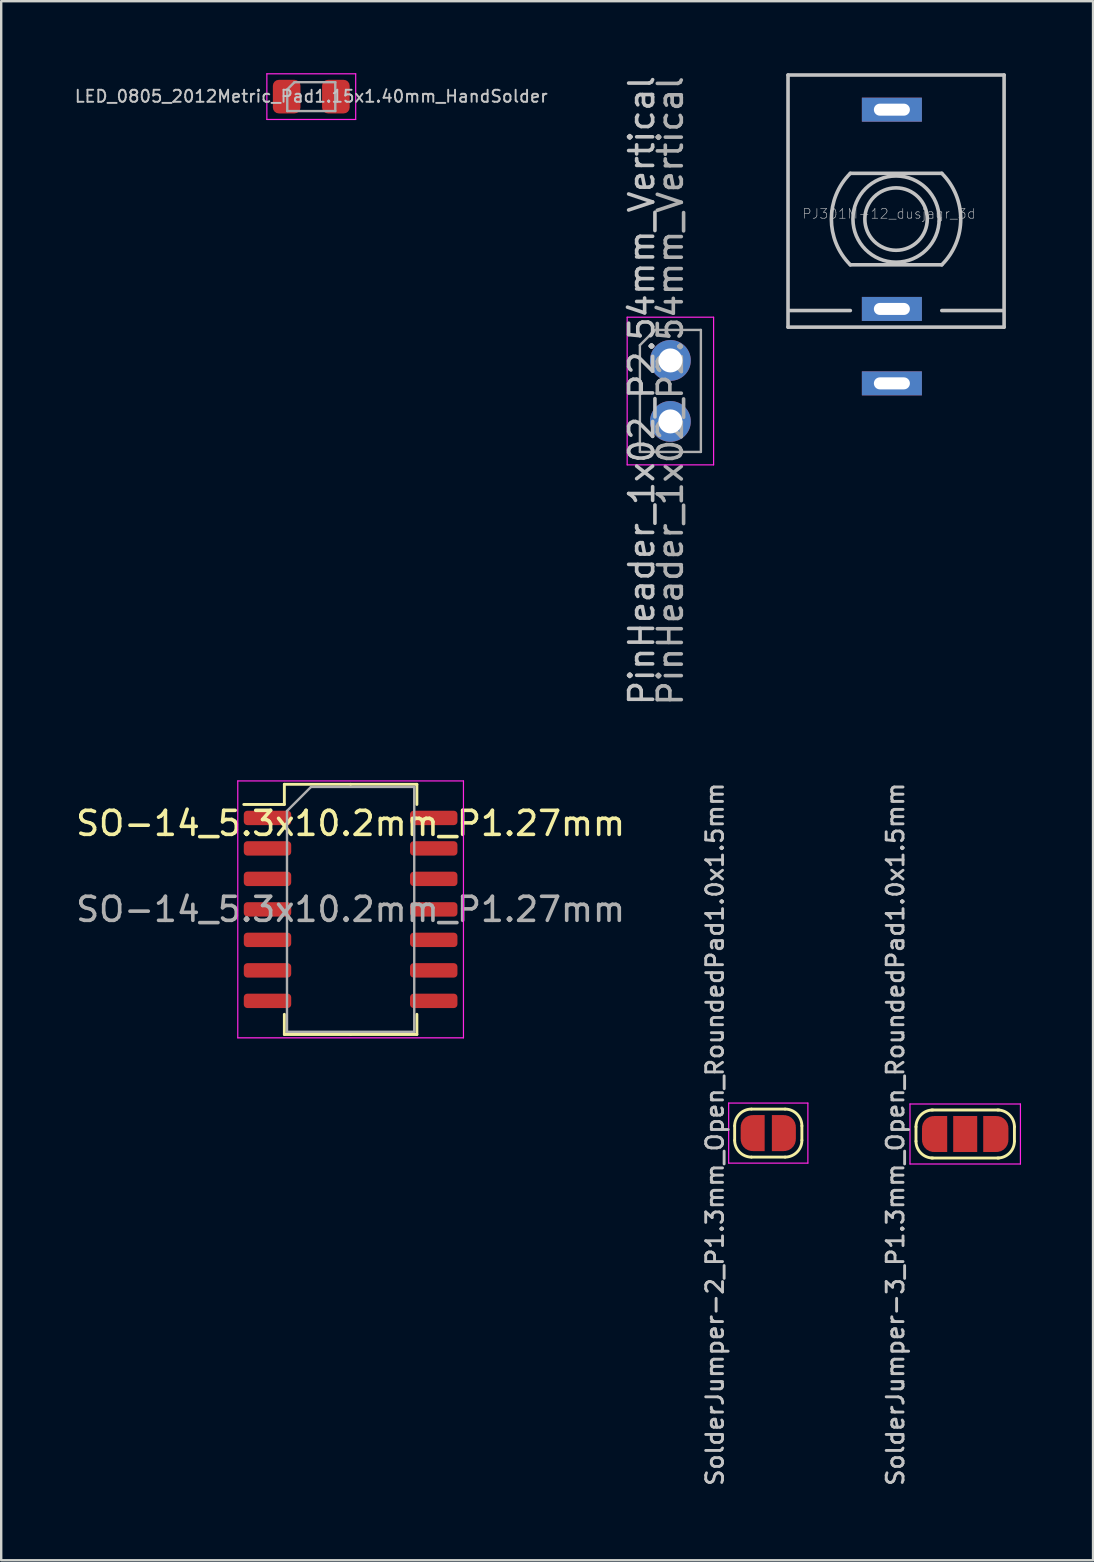
<source format=kicad_pcb>
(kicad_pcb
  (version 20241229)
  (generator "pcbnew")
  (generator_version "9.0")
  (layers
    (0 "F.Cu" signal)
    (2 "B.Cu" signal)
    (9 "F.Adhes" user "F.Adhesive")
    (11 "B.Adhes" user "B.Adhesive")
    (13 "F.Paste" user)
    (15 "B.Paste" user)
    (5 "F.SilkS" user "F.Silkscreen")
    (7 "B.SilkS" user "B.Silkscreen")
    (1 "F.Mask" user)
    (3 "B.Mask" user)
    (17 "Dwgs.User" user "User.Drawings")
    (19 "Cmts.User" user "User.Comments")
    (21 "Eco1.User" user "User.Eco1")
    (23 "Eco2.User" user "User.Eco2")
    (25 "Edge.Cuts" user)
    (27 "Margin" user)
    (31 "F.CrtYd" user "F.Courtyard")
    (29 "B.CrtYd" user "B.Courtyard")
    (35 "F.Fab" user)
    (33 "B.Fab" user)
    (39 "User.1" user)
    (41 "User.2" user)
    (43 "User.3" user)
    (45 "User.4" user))
  (footprint "SolderJumper-3_P1.3mm_Open_RoundedPad1.0x1.5mm"
    (layer "F.Cu")
    (at 37.153 44.184)
    (property "Reference" "SolderJumper-3_P1.3mm_Open_RoundedPad1.0x1.5mm" (at -2.908 0.013 90) (layer "Dwgs.User") (effects (font (size 0.7 0.7) (thickness 0.12))))
    (attr exclude_from_pos_files exclude_from_bom)
    (fp_line (start -2.05 0.3) (end -2.05 -0.3) (stroke (width 0.12) (type solid)) (layer "F.SilkS"))
    (fp_line (start -1.4 -1) (end 1.4 -1) (stroke (width 0.12) (type solid)) (layer "F.SilkS"))
    (fp_line (start 1.4 1) (end -1.4 1) (stroke (width 0.12) (type solid)) (layer "F.SilkS"))
    (fp_line (start 2.05 -0.3) (end 2.05 0.3) (stroke (width 0.12) (type solid)) (layer "F.SilkS"))
    (fp_arc (start -2.05 -0.3) (mid -1.844975 -0.794975) (end -1.35 -1) (stroke (width 0.12) (type solid)) (layer "F.SilkS"))
    (fp_arc (start -1.35 1) (mid -1.844975 0.794975) (end -2.05 0.3) (stroke (width 0.12) (type solid)) (layer "F.SilkS"))
    (fp_arc (start 1.35 -1) (mid 1.844975 -0.794975) (end 2.05 -0.3) (stroke (width 0.12) (type solid)) (layer "F.SilkS"))
    (fp_arc (start 2.05 0.3) (mid 1.844975 0.794975) (end 1.35 1) (stroke (width 0.12) (type solid)) (layer "F.SilkS"))
    (fp_line (start -2.3 -1.25) (end -2.3 1.25) (stroke (width 0.05) (type solid)) (layer "F.CrtYd"))
    (fp_line (start -2.3 -1.25) (end 2.3 -1.25) (stroke (width 0.05) (type solid)) (layer "F.CrtYd"))
    (fp_line (start 2.3 1.25) (end -2.3 1.25) (stroke (width 0.05) (type solid)) (layer "F.CrtYd"))
    (fp_line (start 2.3 1.25) (end 2.3 -1.25) (stroke (width 0.05) (type solid)) (layer "F.CrtYd"))
    (pad "1" smd custom (at -1.3 0) (size 1 0.5) (layers "F.Cu" "F.Mask") (options (anchor rect)) (primitives (gr_circle (center 0 0.25) (end 0.5 0.25) (width 0) (fill yes)) (gr_circle (center 0 -0.25) (end 0.5 -0.25) (width 0) (fill yes)) (gr_poly (pts (xy 0.55 -0.75) (xy 0 -0.75) (xy 0 0.75) (xy 0.55 0.75)) (width 0) (fill yes))))
    (pad "2" smd rect (at 0 0) (size 1 1.5) (layers "F.Cu" "F.Mask"))
    (pad "3" smd custom (at 1.3 0) (size 1 0.5) (layers "F.Cu" "F.Mask") (options (anchor rect)) (primitives (gr_circle (center 0 0.25) (end 0.5 0.25) (width 0) (fill yes)) (gr_circle (center 0 -0.25) (end 0.5 -0.25) (width 0) (fill yes)) (gr_poly (pts (xy -0.55 -0.75) (xy 0 -0.75) (xy 0 0.75) (xy -0.55 0.75)) (width 0) (fill yes)))))
  (footprint "SO-14_5.3x10.2mm_P1.27mm"
    (layer "F.Cu")
    (at 11.554 34.828)
    (property "Reference" "SO-14_5.3x10.2mm_P1.27mm" (at 0 -3.581 0) (layer "F.SilkS") (effects (font (size 1 1) (thickness 0.15))))
    (attr smd)
    (fp_line (start -2.76 -5.21) (end -2.76 -4.37) (stroke (width 0.12) (type solid)) (layer "F.SilkS"))
    (fp_line (start -2.76 -4.37) (end -4.45 -4.37) (stroke (width 0.12) (type solid)) (layer "F.SilkS"))
    (fp_line (start -2.76 5.21) (end -2.76 4.37) (stroke (width 0.12) (type solid)) (layer "F.SilkS"))
    (fp_line (start 0 -5.21) (end -2.76 -5.21) (stroke (width 0.12) (type solid)) (layer "F.SilkS"))
    (fp_line (start 0 -5.21) (end 2.76 -5.21) (stroke (width 0.12) (type solid)) (layer "F.SilkS"))
    (fp_line (start 0 5.21) (end -2.76 5.21) (stroke (width 0.12) (type solid)) (layer "F.SilkS"))
    (fp_line (start 0 5.21) (end 2.76 5.21) (stroke (width 0.12) (type solid)) (layer "F.SilkS"))
    (fp_line (start 2.76 -5.21) (end 2.76 -4.37) (stroke (width 0.12) (type solid)) (layer "F.SilkS"))
    (fp_line (start 2.76 5.21) (end 2.76 4.37) (stroke (width 0.12) (type solid)) (layer "F.SilkS"))
    (fp_line (start -4.7 -5.35) (end -4.7 5.35) (stroke (width 0.05) (type solid)) (layer "F.CrtYd"))
    (fp_line (start -4.7 5.35) (end 4.7 5.35) (stroke (width 0.05) (type solid)) (layer "F.CrtYd"))
    (fp_line (start 4.7 -5.35) (end -4.7 -5.35) (stroke (width 0.05) (type solid)) (layer "F.CrtYd"))
    (fp_line (start 4.7 5.35) (end 4.7 -5.35) (stroke (width 0.05) (type solid)) (layer "F.CrtYd"))
    (fp_line (start -2.65 -4.1) (end -1.65 -5.1) (stroke (width 0.1) (type solid)) (layer "F.Fab"))
    (fp_line (start -2.65 5.1) (end -2.65 -4.1) (stroke (width 0.1) (type solid)) (layer "F.Fab"))
    (fp_line (start -1.65 -5.1) (end 2.65 -5.1) (stroke (width 0.1) (type solid)) (layer "F.Fab"))
    (fp_line (start 2.65 -5.1) (end 2.65 5.1) (stroke (width 0.1) (type solid)) (layer "F.Fab"))
    (fp_line (start 2.65 5.1) (end -2.65 5.1) (stroke (width 0.1) (type solid)) (layer "F.Fab"))
    (fp_text user "${REFERENCE}" (at 0 0 0) (layer "F.Fab") (effects (font (size 1 1) (thickness 0.15))))
    (pad "1" smd roundrect (at -3.462 -3.81) (size 1.975 0.6) (layers "F.Cu" "F.Mask" "F.Paste") (roundrect_rratio 0.25))
    (pad "2" smd roundrect (at -3.462 -2.54) (size 1.975 0.6) (layers "F.Cu" "F.Mask" "F.Paste") (roundrect_rratio 0.25))
    (pad "3" smd roundrect (at -3.462 -1.27) (size 1.975 0.6) (layers "F.Cu" "F.Mask" "F.Paste") (roundrect_rratio 0.25))
    (pad "4" smd roundrect (at -3.462 0) (size 1.975 0.6) (layers "F.Cu" "F.Mask" "F.Paste") (roundrect_rratio 0.25))
    (pad "5" smd roundrect (at -3.462 1.27) (size 1.975 0.6) (layers "F.Cu" "F.Mask" "F.Paste") (roundrect_rratio 0.25))
    (pad "6" smd roundrect (at -3.462 2.54) (size 1.975 0.6) (layers "F.Cu" "F.Mask" "F.Paste") (roundrect_rratio 0.25))
    (pad "7" smd roundrect (at -3.462 3.81) (size 1.975 0.6) (layers "F.Cu" "F.Mask" "F.Paste") (roundrect_rratio 0.25))
    (pad "8" smd roundrect (at 3.462 3.81) (size 1.975 0.6) (layers "F.Cu" "F.Mask" "F.Paste") (roundrect_rratio 0.25))
    (pad "9" smd roundrect (at 3.462 2.54) (size 1.975 0.6) (layers "F.Cu" "F.Mask" "F.Paste") (roundrect_rratio 0.25))
    (pad "10" smd roundrect (at 3.462 1.27) (size 1.975 0.6) (layers "F.Cu" "F.Mask" "F.Paste") (roundrect_rratio 0.25))
    (pad "11" smd roundrect (at 3.462 0) (size 1.975 0.6) (layers "F.Cu" "F.Mask" "F.Paste") (roundrect_rratio 0.25))
    (pad "12" smd roundrect (at 3.462 -1.27) (size 1.975 0.6) (layers "F.Cu" "F.Mask" "F.Paste") (roundrect_rratio 0.25))
    (pad "13" smd roundrect (at 3.462 -2.54) (size 1.975 0.6) (layers "F.Cu" "F.Mask" "F.Paste") (roundrect_rratio 0.25))
    (pad "14" smd roundrect (at 3.462 -3.81) (size 1.975 0.6) (layers "F.Cu" "F.Mask" "F.Paste") (roundrect_rratio 0.25)))
  (footprint "PinHeader_1x02_P2.54mm_Vertical"
    (layer "F.Cu")
    (at 24.873 11.963)
    (property "Reference" "PinHeader_1x02_P2.54mm_Vertical" (at -1.194 1.257 270) (layer "Dwgs.User") (effects (font (size 1 1) (thickness 0.15))))
    (attr through_hole)
    (fp_line (start -1.8 -1.8) (end -1.8 4.35) (stroke (width 0.05) (type solid)) (layer "F.CrtYd"))
    (fp_line (start -1.8 4.35) (end 1.8 4.35) (stroke (width 0.05) (type solid)) (layer "F.CrtYd"))
    (fp_line (start 1.8 -1.8) (end -1.8 -1.8) (stroke (width 0.05) (type solid)) (layer "F.CrtYd"))
    (fp_line (start 1.8 4.35) (end 1.8 -1.8) (stroke (width 0.05) (type solid)) (layer "F.CrtYd"))
    (fp_line (start -1.27 -0.635) (end -0.635 -1.27) (stroke (width 0.1) (type solid)) (layer "F.Fab"))
    (fp_line (start -1.27 3.81) (end -1.27 -0.635) (stroke (width 0.1) (type solid)) (layer "F.Fab"))
    (fp_line (start -0.635 -1.27) (end 1.27 -1.27) (stroke (width 0.1) (type solid)) (layer "F.Fab"))
    (fp_line (start 1.27 -1.27) (end 1.27 3.81) (stroke (width 0.1) (type solid)) (layer "F.Fab"))
    (fp_line (start 1.27 3.81) (end -1.27 3.81) (stroke (width 0.1) (type solid)) (layer "F.Fab"))
    (fp_text user "${REFERENCE}" (at 0 1.27 90) (layer "F.Fab") (effects (font (size 1 1) (thickness 0.15))))
    (pad "1" thru_hole oval (at 0 0) (size 1.7 1.7) (drill 1) (layers "*.Cu" "*.Mask"))
    (pad "2" thru_hole oval (at 0 2.54) (size 1.7 1.7) (drill 1) (layers "*.Cu" "*.Mask")))
  (footprint "LED_0805_2012Metric_Pad1.15x1.40mm_HandSolder"
    (layer "F.Cu")
    (at 9.915 0.975)
    (property "Reference" "LED_0805_2012Metric_Pad1.15x1.40mm_HandSolder" (at 0 -0.013 180) (layer "Dwgs.User") (effects (font (size 0.5 0.5) (thickness 0.08))))
    (attr smd)
    (fp_line (start -1.85 -0.95) (end 1.85 -0.95) (stroke (width 0.05) (type solid)) (layer "F.CrtYd"))
    (fp_line (start -1.85 0.95) (end -1.85 -0.95) (stroke (width 0.05) (type solid)) (layer "F.CrtYd"))
    (fp_line (start 1.85 -0.95) (end 1.85 0.95) (stroke (width 0.05) (type solid)) (layer "F.CrtYd"))
    (fp_line (start 1.85 0.95) (end -1.85 0.95) (stroke (width 0.05) (type solid)) (layer "F.CrtYd"))
    (fp_line (start -1 -0.3) (end -1 0.6) (stroke (width 0.1) (type solid)) (layer "F.Fab"))
    (fp_line (start -1 0.6) (end 1 0.6) (stroke (width 0.1) (type solid)) (layer "F.Fab"))
    (fp_line (start -0.7 -0.6) (end -1 -0.3) (stroke (width 0.1) (type solid)) (layer "F.Fab"))
    (fp_line (start 1 -0.6) (end -0.7 -0.6) (stroke (width 0.1) (type solid)) (layer "F.Fab"))
    (fp_line (start 1 0.6) (end 1 -0.6) (stroke (width 0.1) (type solid)) (layer "F.Fab"))
    (pad "1" smd roundrect (at -1.025 0) (size 1.15 1.4) (layers "F.Cu" "F.Mask" "F.Paste") (roundrect_rratio 0.217))
    (pad "2" smd roundrect (at 1.025 0) (size 1.15 1.4) (layers "F.Cu" "F.Mask" "F.Paste") (roundrect_rratio 0.217)))
  (footprint "SolderJumper-2_P1.3mm_Open_RoundedPad1.0x1.5mm"
    (layer "F.Cu")
    (at 28.95 44.146)
    (property "Reference" "SolderJumper-2_P1.3mm_Open_RoundedPad1.0x1.5mm" (at -2.223 0.051 90) (layer "Dwgs.User") (effects (font (size 0.7 0.7) (thickness 0.12))))
    (attr exclude_from_pos_files exclude_from_bom)
    (fp_line (start -1.4 0.3) (end -1.4 -0.3) (stroke (width 0.12) (type solid)) (layer "F.SilkS"))
    (fp_line (start -0.7 -1) (end 0.7 -1) (stroke (width 0.12) (type solid)) (layer "F.SilkS"))
    (fp_line (start 0.7 1) (end -0.7 1) (stroke (width 0.12) (type solid)) (layer "F.SilkS"))
    (fp_line (start 1.4 -0.3) (end 1.4 0.3) (stroke (width 0.12) (type solid)) (layer "F.SilkS"))
    (fp_arc (start -1.4 -0.3) (mid -1.194975 -0.794975) (end -0.7 -1) (stroke (width 0.12) (type solid)) (layer "F.SilkS"))
    (fp_arc (start -0.7 1) (mid -1.194975 0.794975) (end -1.4 0.3) (stroke (width 0.12) (type solid)) (layer "F.SilkS"))
    (fp_arc (start 0.7 -1) (mid 1.194975 -0.794975) (end 1.4 -0.3) (stroke (width 0.12) (type solid)) (layer "F.SilkS"))
    (fp_arc (start 1.4 0.3) (mid 1.194975 0.794975) (end 0.7 1) (stroke (width 0.12) (type solid)) (layer "F.SilkS"))
    (fp_line (start -1.65 -1.25) (end -1.65 1.25) (stroke (width 0.05) (type solid)) (layer "F.CrtYd"))
    (fp_line (start -1.65 -1.25) (end 1.65 -1.25) (stroke (width 0.05) (type solid)) (layer "F.CrtYd"))
    (fp_line (start 1.65 1.25) (end -1.65 1.25) (stroke (width 0.05) (type solid)) (layer "F.CrtYd"))
    (fp_line (start 1.65 1.25) (end 1.65 -1.25) (stroke (width 0.05) (type solid)) (layer "F.CrtYd"))
    (pad "1" smd custom (at -0.65 0) (size 1 0.5) (layers "F.Cu" "F.Mask") (options (anchor rect)) (primitives (gr_circle (center 0 0.25) (end 0.5 0.25) (width 0) (fill yes)) (gr_circle (center 0 -0.25) (end 0.5 -0.25) (width 0) (fill yes)) (gr_poly (pts (xy 0 -0.75) (xy 0.5 -0.75) (xy 0.5 0.75) (xy 0 0.75)) (width 0) (fill yes))))
    (pad "2" smd custom (at 0.65 0) (size 1 0.5) (layers "F.Cu" "F.Mask") (options (anchor rect)) (primitives (gr_circle (center 0 0.25) (end 0.5 0.25) (width 0) (fill yes)) (gr_circle (center 0 -0.25) (end 0.5 -0.25) (width 0) (fill yes)) (gr_poly (pts (xy 0 -0.75) (xy -0.5 -0.75) (xy -0.5 0.75) (xy 0 0.75)) (width 0) (fill yes)))))
  (footprint "PJ301M-12_dusjagr_3d"
    (layer "F.Cu")
    (at 34.099 6.438)
    (property "Reference" "PJ301M-12_dusjagr_3d" (at -0.127 -0.584 0) (layer "Dwgs.User") (effects (font (size 0.406 0.406) (thickness 0.025))))
    (attr through_hole)
    (fp_line (start -4.326 -6.363) (end -4.326 4.137) (stroke (width 0.15) (type solid)) (layer "Dwgs.User"))
    (fp_line (start -4.326 -6.363) (end 4.674 -6.363) (stroke (width 0.15) (type solid)) (layer "Dwgs.User"))
    (fp_line (start -4.326 4.137) (end 4.674 4.137) (stroke (width 0.15) (type solid)) (layer "Dwgs.User"))
    (fp_line (start -4.271 3.447) (end -1.731 3.447) (stroke (width 0.15) (type solid)) (layer "Dwgs.User"))
    (fp_line (start -1.731 -2.268) (end 2.079 -2.268) (stroke (width 0.15) (type solid)) (layer "Dwgs.User"))
    (fp_line (start 2.079 1.542) (end -1.731 1.542) (stroke (width 0.15) (type solid)) (layer "Dwgs.User"))
    (fp_line (start 2.079 3.447) (end 4.619 3.447) (stroke (width 0.15) (type solid)) (layer "Dwgs.User"))
    (fp_line (start 4.674 -6.363) (end 4.674 4.137) (stroke (width 0.15) (type solid)) (layer "Dwgs.User"))
    (fp_arc (start -1.7314 1.5423) (mid -2.520477 -0.3627) (end -1.7314 -2.2677) (stroke (width 0.15) (type solid)) (layer "Dwgs.User"))
    (fp_arc (start 2.0786 -2.2677) (mid 2.867677 -0.3627) (end 2.0786 1.5423) (stroke (width 0.15) (type solid)) (layer "Dwgs.User"))
    (fp_circle (center 0.174 -0.363) (end 1.474 -0.363) (stroke (width 0.15) (type solid)) (fill no) (layer "Dwgs.User"))
    (fp_circle (center 0.174 -0.363) (end 1.97 -0.363) (stroke (width 0.15) (type solid)) (fill no) (layer "Dwgs.User"))
    (pad "S" thru_hole rect (at 0 6.48) (size 2.5 1) (drill oval 1.5 0.5) (layers "*.Cu" "*.Mask"))
    (pad "T" thru_hole rect (at 0 -4.92) (size 2.5 1) (drill oval 1.5 0.5) (layers "*.Cu" "*.Mask"))
    (pad "TN" thru_hole rect (at 0 3.38) (size 2.5 1) (drill oval 1.5 0.5) (layers "*.Cu" "*.Mask")))
  (gr_rect
    (start -3 -3)
    (end 42.478 61.94)
    (stroke (width 0.1) (type default))
    (fill no)
    (layer "Edge.Cuts")))
</source>
